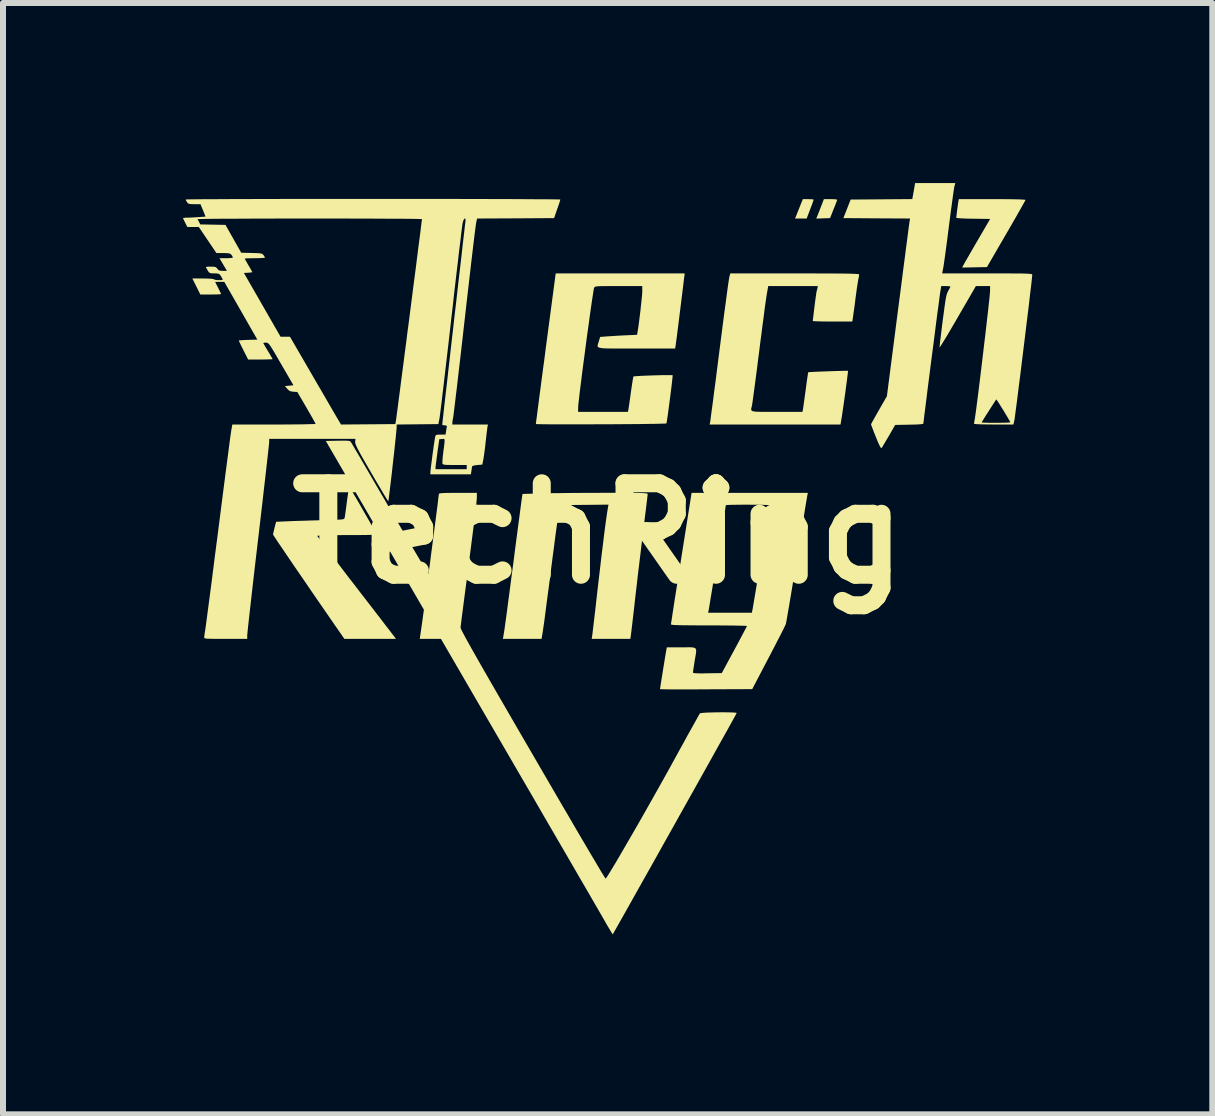
<source format=kicad_pcb>
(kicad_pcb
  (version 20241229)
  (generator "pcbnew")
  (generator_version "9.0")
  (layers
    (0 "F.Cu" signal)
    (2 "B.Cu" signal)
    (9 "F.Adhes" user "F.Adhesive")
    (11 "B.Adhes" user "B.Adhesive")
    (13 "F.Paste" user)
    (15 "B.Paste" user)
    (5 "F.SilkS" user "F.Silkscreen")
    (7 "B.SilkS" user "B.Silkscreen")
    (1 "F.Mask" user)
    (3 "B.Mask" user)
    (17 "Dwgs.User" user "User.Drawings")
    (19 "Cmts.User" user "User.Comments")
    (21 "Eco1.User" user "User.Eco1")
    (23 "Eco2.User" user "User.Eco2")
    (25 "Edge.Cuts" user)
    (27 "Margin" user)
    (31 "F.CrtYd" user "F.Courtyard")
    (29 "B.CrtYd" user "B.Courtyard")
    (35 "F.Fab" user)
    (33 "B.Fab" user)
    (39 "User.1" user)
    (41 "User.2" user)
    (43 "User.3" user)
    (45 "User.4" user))
  (footprint "TechRing"
    (layer "F.Cu")
    (at 6.92 5.837)
    (property "Reference" "TechRing" (at 0 0 0) (layer "F.SilkS") (effects (font (size 1.524 1.524) (thickness 0.3))))
    (attr board_only exclude_from_pos_files exclude_from_bom)
    (fp_poly (pts (xy 3.543 -5.568) (xy 3.575 -5.565) (xy 3.586 -5.56) (xy 3.582 -5.544) (xy 3.569 -5.507) (xy 3.55 -5.455) (xy 3.528 -5.398) (xy 3.47 -5.246) (xy 3.277 -5.246) (xy 3.304 -5.313) (xy 3.323 -5.362) (xy 3.348 -5.423) (xy 3.368 -5.475) (xy 3.407 -5.569) (xy 3.496 -5.569)) (stroke (width 0) (type solid)) (fill yes) (layer "F.SilkS"))
    (fp_poly (pts (xy 3.92 -5.568) (xy 3.959 -5.565) (xy 3.978 -5.56) (xy 3.979 -5.559) (xy 3.974 -5.542) (xy 3.96 -5.505) (xy 3.94 -5.454) (xy 3.919 -5.401) (xy 3.86 -5.253) (xy 3.63 -5.245) (xy 3.649 -5.291) (xy 3.663 -5.326) (xy 3.683 -5.377) (xy 3.706 -5.436) (xy 3.713 -5.453) (xy 3.757 -5.569) (xy 3.869 -5.569)) (stroke (width 0) (type solid)) (fill yes) (layer "F.SilkS"))
    (fp_poly (pts (xy 6.698 -5.569) (xy 6.819 -5.568) (xy 6.922 -5.567) (xy 7.006 -5.565) (xy 7.067 -5.562) (xy 7.105 -5.559) (xy 7.117 -5.556) (xy 7.11 -5.542) (xy 7.09 -5.506) (xy 7.059 -5.45) (xy 7.018 -5.378) (xy 6.969 -5.291) (xy 6.912 -5.192) (xy 6.85 -5.084) (xy 6.795 -4.99) (xy 6.474 -4.437) (xy 6.061 -4.429) (xy 6.081 -4.469) (xy 6.093 -4.49) (xy 6.117 -4.533) (xy 6.152 -4.593) (xy 6.195 -4.668) (xy 6.244 -4.753) (xy 6.297 -4.845) (xy 6.314 -4.873) (xy 6.527 -5.239) (xy 6.245 -5.243) (xy 6.159 -5.244) (xy 6.084 -5.247) (xy 6.024 -5.25) (xy 5.982 -5.254) (xy 5.964 -5.257) (xy 5.963 -5.258) (xy 5.965 -5.28) (xy 5.97 -5.322) (xy 5.976 -5.375) (xy 5.984 -5.431) (xy 5.991 -5.483) (xy 5.997 -5.523) (xy 5.999 -5.538) (xy 6.006 -5.569) (xy 6.561 -5.569)) (stroke (width 0) (type solid)) (fill yes) (layer "F.SilkS"))
    (fp_poly (pts (xy -4.141 -0.761) (xy -4.121 -0.728) (xy -4.091 -0.678) (xy -4.053 -0.614) (xy -4.009 -0.54) (xy -3.962 -0.458) (xy -3.914 -0.374) (xy -3.866 -0.29) (xy -3.82 -0.21) (xy -3.779 -0.137) (xy -3.745 -0.075) (xy -3.719 -0.028) (xy -3.704 0.001) (xy -3.701 0.008) (xy -3.704 0.014) (xy -3.715 0.018) (xy -3.738 0.021) (xy -3.775 0.024) (xy -3.828 0.026) (xy -3.901 0.027) (xy -3.995 0.028) (xy -4.113 0.028) (xy -4.19 0.028) (xy -4.328 0.029) (xy -4.445 0.03) (xy -4.541 0.031) (xy -4.613 0.034) (xy -4.661 0.037) (xy -4.682 0.041) (xy -4.683 0.042) (xy -4.675 0.055) (xy -4.651 0.088) (xy -4.612 0.141) (xy -4.56 0.21) (xy -4.497 0.294) (xy -4.423 0.391) (xy -4.339 0.5) (xy -4.249 0.618) (xy -4.152 0.745) (xy -4.067 0.854) (xy -3.965 0.987) (xy -3.867 1.114) (xy -3.774 1.234) (xy -3.689 1.345) (xy -3.612 1.444) (xy -3.546 1.531) (xy -3.491 1.602) (xy -3.449 1.657) (xy -3.422 1.692) (xy -3.412 1.705) (xy -3.372 1.758) (xy -4.232 1.758) (xy -4.322 1.628) (xy -4.408 1.504) (xy -4.498 1.373) (xy -4.591 1.239) (xy -4.685 1.103) (xy -4.779 0.966) (xy -4.871 0.831) (xy -4.961 0.7) (xy -5.047 0.575) (xy -5.127 0.458) (xy -5.2 0.35) (xy -5.265 0.254) (xy -5.321 0.172) (xy -5.365 0.106) (xy -5.397 0.057) (xy -5.416 0.028) (xy -5.42 0.021) (xy -5.418 0.001) (xy -5.409 -0.038) (xy -5.397 -0.088) (xy -5.396 -0.093) (xy -5.37 -0.193) (xy -5.171 -0.202) (xy -5.099 -0.205) (xy -5.006 -0.208) (xy -4.898 -0.211) (xy -4.783 -0.215) (xy -4.668 -0.218) (xy -4.604 -0.22) (xy -4.492 -0.223) (xy -4.406 -0.225) (xy -4.341 -0.228) (xy -4.295 -0.231) (xy -4.264 -0.234) (xy -4.245 -0.239) (xy -4.235 -0.245) (xy -4.23 -0.253) (xy -4.228 -0.259) (xy -4.224 -0.282) (xy -4.217 -0.328) (xy -4.208 -0.391) (xy -4.198 -0.467) (xy -4.19 -0.531) (xy -4.179 -0.61) (xy -4.169 -0.678) (xy -4.16 -0.73) (xy -4.153 -0.764) (xy -4.15 -0.773)) (stroke (width 0) (type solid)) (fill yes) (layer "F.SilkS"))
    (fp_poly (pts (xy 0.39 -0.676) (xy 0.503 -0.675) (xy 0.594 -0.675) (xy 0.666 -0.674) (xy 0.721 -0.672) (xy 0.761 -0.67) (xy 0.789 -0.668) (xy 0.807 -0.665) (xy 0.817 -0.661) (xy 0.821 -0.656) (xy 0.821 -0.651) (xy 0.819 -0.632) (xy 0.814 -0.588) (xy 0.806 -0.523) (xy 0.796 -0.437) (xy 0.783 -0.336) (xy 0.769 -0.221) (xy 0.754 -0.096) (xy 0.74 0.014) (xy 0.721 0.17) (xy 0.701 0.338) (xy 0.68 0.512) (xy 0.659 0.685) (xy 0.64 0.851) (xy 0.622 1.004) (xy 0.607 1.135) (xy 0.605 1.153) (xy 0.592 1.271) (xy 0.579 1.382) (xy 0.567 1.482) (xy 0.557 1.569) (xy 0.549 1.637) (xy 0.543 1.684) (xy 0.54 1.705) (xy 0.532 1.758) (xy -0.112 1.758) (xy -0.105 1.719) (xy -0.102 1.697) (xy -0.096 1.649) (xy -0.088 1.581) (xy -0.078 1.496) (xy -0.066 1.396) (xy -0.053 1.286) (xy -0.042 1.188) (xy -0.017 0.964) (xy 0.008 0.75) (xy 0.032 0.547) (xy 0.054 0.357) (xy 0.076 0.183) (xy 0.095 0.025) (xy 0.113 -0.114) (xy 0.129 -0.232) (xy 0.143 -0.328) (xy 0.154 -0.4) (xy 0.162 -0.446) (xy 0.162 -0.447) (xy 0.169 -0.479) (xy -0.235 -0.475) (xy -0.639 -0.471) (xy -0.656 -0.384) (xy -0.661 -0.355) (xy -0.669 -0.301) (xy -0.68 -0.224) (xy -0.693 -0.127) (xy -0.709 -0.013) (xy -0.726 0.116) (xy -0.744 0.257) (xy -0.764 0.407) (xy -0.784 0.563) (xy -0.787 0.586) (xy -0.807 0.745) (xy -0.827 0.9) (xy -0.847 1.047) (xy -0.865 1.184) (xy -0.881 1.308) (xy -0.895 1.415) (xy -0.907 1.504) (xy -0.917 1.57) (xy -0.923 1.612) (xy -0.923 1.614) (xy -0.946 1.758) (xy -1.591 1.758) (xy -1.584 1.719) (xy -1.58 1.695) (xy -1.575 1.666) (xy -1.569 1.628) (xy -1.562 1.581) (xy -1.554 1.522) (xy -1.544 1.451) (xy -1.532 1.364) (xy -1.518 1.259) (xy -1.502 1.136) (xy -1.483 0.993) (xy -1.461 0.826) (xy -1.436 0.635) (xy -1.413 0.464) (xy -1.392 0.297) (xy -1.371 0.136) (xy -1.351 -0.014) (xy -1.333 -0.153) (xy -1.316 -0.278) (xy -1.302 -0.386) (xy -1.29 -0.475) (xy -1.281 -0.544) (xy -1.275 -0.588) (xy -1.272 -0.606) (xy -1.264 -0.657) (xy -0.952 -0.666) (xy -0.874 -0.668) (xy -0.772 -0.67) (xy -0.651 -0.671) (xy -0.515 -0.673) (xy -0.368 -0.674) (xy -0.214 -0.675) (xy -0.058 -0.675) (xy 0.091 -0.676) (xy 0.254 -0.676)) (stroke (width 0) (type solid)) (fill yes) (layer "F.SilkS"))
    (fp_poly (pts (xy 3.478 -4.332) (xy 3.659 -4.331) (xy 3.814 -4.331) (xy 3.946 -4.33) (xy 4.056 -4.329) (xy 4.146 -4.328) (xy 4.217 -4.326) (xy 4.27 -4.324) (xy 4.308 -4.322) (xy 4.332 -4.319) (xy 4.344 -4.316) (xy 4.346 -4.314) (xy 4.342 -4.29) (xy 4.335 -4.252) (xy 4.332 -4.238) (xy 4.326 -4.206) (xy 4.317 -4.151) (xy 4.306 -4.079) (xy 4.295 -3.996) (xy 4.283 -3.908) (xy 4.283 -3.907) (xy 4.272 -3.819) (xy 4.261 -3.738) (xy 4.251 -3.667) (xy 4.244 -3.614) (xy 4.239 -3.583) (xy 4.239 -3.583) (xy 4.231 -3.53) (xy 3.902 -3.53) (xy 3.809 -3.53) (xy 3.726 -3.531) (xy 3.657 -3.533) (xy 3.607 -3.535) (xy 3.578 -3.537) (xy 3.572 -3.538) (xy 3.574 -3.558) (xy 3.579 -3.6) (xy 3.586 -3.658) (xy 3.594 -3.725) (xy 3.603 -3.798) (xy 3.612 -3.869) (xy 3.621 -3.933) (xy 3.628 -3.984) (xy 3.633 -4.016) (xy 3.634 -4.025) (xy 3.642 -4.052) (xy 3.649 -4.082) (xy 3.657 -4.121) (xy 2.83 -4.121) (xy 2.808 -3.998) (xy 2.802 -3.961) (xy 2.793 -3.9) (xy 2.781 -3.817) (xy 2.767 -3.714) (xy 2.752 -3.595) (xy 2.734 -3.462) (xy 2.716 -3.319) (xy 2.696 -3.169) (xy 2.679 -3.031) (xy 2.659 -2.878) (xy 2.641 -2.733) (xy 2.623 -2.597) (xy 2.607 -2.473) (xy 2.592 -2.364) (xy 2.58 -2.273) (xy 2.57 -2.202) (xy 2.563 -2.153) (xy 2.559 -2.131) (xy 2.552 -2.101) (xy 2.546 -2.078) (xy 2.546 -2.059) (xy 2.553 -2.046) (xy 2.57 -2.037) (xy 2.601 -2.03) (xy 2.647 -2.027) (xy 2.711 -2.025) (xy 2.797 -2.025) (xy 2.907 -2.025) (xy 2.973 -2.025) (xy 3.4 -2.025) (xy 3.408 -2.064) (xy 3.412 -2.089) (xy 3.419 -2.138) (xy 3.428 -2.204) (xy 3.439 -2.284) (xy 3.451 -2.372) (xy 3.454 -2.391) (xy 3.465 -2.478) (xy 3.476 -2.555) (xy 3.485 -2.617) (xy 3.492 -2.662) (xy 3.497 -2.684) (xy 3.497 -2.685) (xy 3.512 -2.687) (xy 3.55 -2.689) (xy 3.606 -2.692) (xy 3.676 -2.695) (xy 3.755 -2.698) (xy 3.839 -2.701) (xy 3.921 -2.704) (xy 3.999 -2.706) (xy 4.066 -2.708) (xy 4.118 -2.709) (xy 4.151 -2.709) (xy 4.159 -2.708) (xy 4.159 -2.694) (xy 4.154 -2.656) (xy 4.147 -2.599) (xy 4.138 -2.527) (xy 4.127 -2.443) (xy 4.115 -2.353) (xy 4.102 -2.261) (xy 4.089 -2.17) (xy 4.077 -2.085) (xy 4.066 -2.011) (xy 4.057 -1.95) (xy 4.05 -1.909) (xy 4.034 -1.814) (xy 1.853 -1.814) (xy 1.862 -1.853) (xy 1.865 -1.873) (xy 1.871 -1.918) (xy 1.88 -1.987) (xy 1.892 -2.078) (xy 1.907 -2.187) (xy 1.923 -2.314) (xy 1.942 -2.456) (xy 1.962 -2.611) (xy 1.983 -2.777) (xy 2.005 -2.951) (xy 2.017 -3.045) (xy 2.04 -3.224) (xy 2.062 -3.396) (xy 2.083 -3.559) (xy 2.103 -3.71) (xy 2.122 -3.848) (xy 2.138 -3.97) (xy 2.152 -4.074) (xy 2.164 -4.158) (xy 2.173 -4.22) (xy 2.179 -4.257) (xy 2.181 -4.266) (xy 2.197 -4.332) (xy 3.272 -4.332)) (stroke (width 0) (type solid)) (fill yes) (layer "F.SilkS"))
    (fp_poly (pts (xy 1.431 -4.272) (xy 1.427 -4.245) (xy 1.421 -4.193) (xy 1.412 -4.12) (xy 1.401 -4.03) (xy 1.388 -3.927) (xy 1.374 -3.813) (xy 1.359 -3.692) (xy 1.359 -3.692) (xy 1.344 -3.572) (xy 1.33 -3.46) (xy 1.317 -3.358) (xy 1.306 -3.27) (xy 1.296 -3.2) (xy 1.29 -3.151) (xy 1.286 -3.126) (xy 1.286 -3.126) (xy 1.279 -3.08) (xy 0.632 -3.08) (xy 0.478 -3.08) (xy 0.35 -3.08) (xy 0.245 -3.08) (xy 0.162 -3.081) (xy 0.098 -3.083) (xy 0.05 -3.087) (xy 0.018 -3.094) (xy -0.002 -3.102) (xy -0.012 -3.114) (xy -0.013 -3.129) (xy -0.009 -3.148) (xy -0.002 -3.171) (xy 0.007 -3.198) (xy 0.007 -3.199) (xy 0.029 -3.273) (xy 0.145 -3.282) (xy 0.205 -3.286) (xy 0.283 -3.291) (xy 0.369 -3.296) (xy 0.452 -3.3) (xy 0.453 -3.3) (xy 0.645 -3.309) (xy 0.653 -3.36) (xy 0.665 -3.434) (xy 0.677 -3.522) (xy 0.689 -3.617) (xy 0.701 -3.714) (xy 0.711 -3.808) (xy 0.72 -3.893) (xy 0.727 -3.964) (xy 0.731 -4.015) (xy 0.731 -4.033) (xy 0.731 -4.121) (xy 0.338 -4.121) (xy 0.223 -4.121) (xy 0.132 -4.12) (xy 0.064 -4.12) (xy 0.013 -4.118) (xy -0.021 -4.116) (xy -0.044 -4.112) (xy -0.058 -4.107) (xy -0.066 -4.1) (xy -0.071 -4.091) (xy -0.072 -4.09) (xy -0.076 -4.072) (xy -0.084 -4.027) (xy -0.094 -3.961) (xy -0.107 -3.875) (xy -0.122 -3.772) (xy -0.139 -3.655) (xy -0.156 -3.527) (xy -0.175 -3.391) (xy -0.195 -3.248) (xy -0.214 -3.103) (xy -0.233 -2.957) (xy -0.252 -2.814) (xy -0.27 -2.677) (xy -0.286 -2.547) (xy -0.301 -2.429) (xy -0.314 -2.324) (xy -0.324 -2.235) (xy -0.332 -2.166) (xy -0.336 -2.118) (xy -0.337 -2.099) (xy -0.338 -2.025) (xy 0.492 -2.025) (xy 0.499 -2.057) (xy 0.503 -2.081) (xy 0.51 -2.127) (xy 0.519 -2.191) (xy 0.53 -2.268) (xy 0.541 -2.348) (xy 0.553 -2.43) (xy 0.564 -2.502) (xy 0.573 -2.56) (xy 0.58 -2.599) (xy 0.585 -2.615) (xy 0.601 -2.617) (xy 0.639 -2.62) (xy 0.697 -2.624) (xy 0.768 -2.627) (xy 0.847 -2.63) (xy 0.93 -2.633) (xy 1.012 -2.635) (xy 1.088 -2.637) (xy 1.153 -2.637) (xy 1.203 -2.637) (xy 1.232 -2.636) (xy 1.237 -2.635) (xy 1.237 -2.62) (xy 1.233 -2.582) (xy 1.227 -2.524) (xy 1.219 -2.452) (xy 1.208 -2.368) (xy 1.197 -2.278) (xy 1.185 -2.187) (xy 1.173 -2.097) (xy 1.162 -2.014) (xy 1.152 -1.941) (xy 1.143 -1.884) (xy 1.137 -1.846) (xy 1.133 -1.832) (xy 1.118 -1.83) (xy 1.077 -1.829) (xy 1.014 -1.827) (xy 0.93 -1.825) (xy 0.829 -1.824) (xy 0.713 -1.822) (xy 0.585 -1.821) (xy 0.447 -1.82) (xy 0.302 -1.819) (xy 0.153 -1.818) (xy 0.001 -1.818) (xy -0.149 -1.817) (xy -0.296 -1.817) (xy -0.438 -1.817) (xy -0.57 -1.817) (xy -0.692 -1.817) (xy -0.799 -1.817) (xy -0.89 -1.818) (xy -0.962 -1.819) (xy -1.012 -1.82) (xy -1.038 -1.822) (xy -1.041 -1.823) (xy -1.04 -1.838) (xy -1.035 -1.88) (xy -1.026 -1.945) (xy -1.015 -2.032) (xy -1.001 -2.139) (xy -0.985 -2.264) (xy -0.966 -2.405) (xy -0.946 -2.56) (xy -0.924 -2.726) (xy -0.9 -2.903) (xy -0.877 -3.084) (xy -0.711 -4.332) (xy 1.438 -4.332)) (stroke (width 0) (type solid)) (fill yes) (layer "F.SilkS"))
    (fp_poly (pts (xy 3.482 -0.636) (xy 3.478 -0.617) (xy 3.471 -0.571) (xy 3.459 -0.502) (xy 3.444 -0.413) (xy 3.427 -0.305) (xy 3.406 -0.18) (xy 3.383 -0.041) (xy 3.358 0.11) (xy 3.332 0.271) (xy 3.305 0.436) (xy 3.278 0.604) (xy 3.251 0.765) (xy 3.226 0.916) (xy 3.203 1.055) (xy 3.182 1.18) (xy 3.163 1.288) (xy 3.148 1.378) (xy 3.136 1.447) (xy 3.127 1.492) (xy 3.123 1.512) (xy 3.113 1.533) (xy 3.092 1.577) (xy 3.061 1.639) (xy 3.021 1.718) (xy 2.973 1.81) (xy 2.92 1.913) (xy 2.863 2.023) (xy 2.836 2.074) (xy 2.563 2.595) (xy 1.795 2.598) (xy 1.651 2.599) (xy 1.516 2.599) (xy 1.392 2.599) (xy 1.282 2.599) (xy 1.188 2.599) (xy 1.113 2.598) (xy 1.06 2.597) (xy 1.031 2.596) (xy 1.027 2.595) (xy 1.029 2.579) (xy 1.035 2.539) (xy 1.044 2.482) (xy 1.055 2.411) (xy 1.068 2.332) (xy 1.081 2.248) (xy 1.095 2.166) (xy 1.107 2.09) (xy 1.118 2.023) (xy 1.127 1.973) (xy 1.132 1.942) (xy 1.133 1.937) (xy 1.141 1.899) (xy 1.386 1.899) (xy 1.478 1.898) (xy 1.545 1.898) (xy 1.59 1.903) (xy 1.617 1.915) (xy 1.628 1.939) (xy 1.629 1.977) (xy 1.62 2.034) (xy 1.606 2.112) (xy 1.603 2.131) (xy 1.593 2.198) (xy 1.584 2.255) (xy 1.578 2.297) (xy 1.575 2.317) (xy 1.575 2.317) (xy 1.581 2.324) (xy 1.602 2.329) (xy 1.639 2.331) (xy 1.698 2.333) (xy 1.78 2.332) (xy 1.816 2.331) (xy 2.056 2.328) (xy 2.265 1.941) (xy 2.317 1.845) (xy 2.363 1.758) (xy 2.404 1.681) (xy 2.437 1.618) (xy 2.461 1.573) (xy 2.473 1.548) (xy 2.475 1.544) (xy 2.461 1.541) (xy 2.422 1.539) (xy 2.361 1.538) (xy 2.28 1.536) (xy 2.182 1.535) (xy 2.07 1.534) (xy 1.947 1.533) (xy 1.842 1.533) (xy 1.686 1.533) (xy 1.556 1.532) (xy 1.45 1.531) (xy 1.366 1.53) (xy 1.303 1.528) (xy 1.257 1.526) (xy 1.228 1.523) (xy 1.213 1.519) (xy 1.209 1.515) (xy 1.211 1.499) (xy 1.218 1.457) (xy 1.228 1.392) (xy 1.238 1.322) (xy 1.828 1.322) (xy 2.557 1.322) (xy 2.565 1.283) (xy 2.57 1.26) (xy 2.578 1.213) (xy 2.589 1.145) (xy 2.604 1.058) (xy 2.621 0.956) (xy 2.64 0.842) (xy 2.661 0.718) (xy 2.683 0.587) (xy 2.705 0.453) (xy 2.727 0.318) (xy 2.75 0.184) (xy 2.771 0.056) (xy 2.791 -0.065) (xy 2.809 -0.175) (xy 2.824 -0.271) (xy 2.837 -0.351) (xy 2.847 -0.412) (xy 2.853 -0.451) (xy 2.855 -0.464) (xy 2.841 -0.469) (xy 2.799 -0.473) (xy 2.73 -0.476) (xy 2.633 -0.477) (xy 2.51 -0.478) (xy 2.489 -0.478) (xy 2.391 -0.478) (xy 2.303 -0.477) (xy 2.229 -0.476) (xy 2.171 -0.474) (xy 2.135 -0.473) (xy 2.124 -0.471) (xy 2.121 -0.455) (xy 2.115 -0.415) (xy 2.105 -0.352) (xy 2.092 -0.271) (xy 2.076 -0.173) (xy 2.058 -0.062) (xy 2.038 0.06) (xy 2.017 0.189) (xy 1.995 0.323) (xy 1.973 0.459) (xy 1.951 0.593) (xy 1.93 0.724) (xy 1.909 0.848) (xy 1.89 0.963) (xy 1.873 1.065) (xy 1.859 1.151) (xy 1.848 1.219) (xy 1.84 1.266) (xy 1.836 1.289) (xy 1.835 1.29) (xy 1.828 1.322) (xy 1.238 1.322) (xy 1.241 1.305) (xy 1.257 1.199) (xy 1.276 1.076) (xy 1.298 0.938) (xy 1.322 0.787) (xy 1.347 0.626) (xy 1.374 0.456) (xy 1.381 0.411) (xy 1.553 -0.675) (xy 3.49 -0.675)) (stroke (width 0) (type solid)) (fill yes) (layer "F.SilkS"))
    (fp_poly (pts (xy -4.205 -1.545) (xy -4.167 -1.542) (xy -4.144 -1.538) (xy -4.13 -1.53) (xy -4.125 -1.524) (xy -4.115 -1.508) (xy -4.092 -1.47) (xy -4.058 -1.411) (xy -4.012 -1.334) (xy -3.956 -1.238) (xy -3.892 -1.128) (xy -3.819 -1.003) (xy -3.74 -0.867) (xy -3.655 -0.721) (xy -3.564 -0.566) (xy -3.471 -0.404) (xy -3.47 -0.404) (xy -3.377 -0.243) (xy -3.288 -0.09) (xy -3.203 0.054) (xy -3.125 0.187) (xy -3.054 0.307) (xy -2.991 0.413) (xy -2.937 0.504) (xy -2.892 0.577) (xy -2.859 0.63) (xy -2.838 0.663) (xy -2.83 0.673) (xy -2.83 0.673) (xy -2.827 0.652) (xy -2.821 0.608) (xy -2.812 0.543) (xy -2.801 0.46) (xy -2.789 0.363) (xy -2.775 0.256) (xy -2.76 0.142) (xy -2.744 0.024) (xy -2.729 -0.094) (xy -2.714 -0.21) (xy -2.7 -0.319) (xy -2.687 -0.418) (xy -2.676 -0.504) (xy -2.668 -0.574) (xy -2.662 -0.625) (xy -2.658 -0.652) (xy -2.658 -0.655) (xy -2.654 -0.662) (xy -2.64 -0.667) (xy -2.613 -0.67) (xy -2.569 -0.673) (xy -2.506 -0.674) (xy -2.42 -0.675) (xy -2.342 -0.675) (xy -2.025 -0.675) (xy -2.025 -0.593) (xy -2.027 -0.566) (xy -2.032 -0.513) (xy -2.041 -0.438) (xy -2.052 -0.341) (xy -2.066 -0.227) (xy -2.082 -0.096) (xy -2.1 0.047) (xy -2.12 0.202) (xy -2.141 0.365) (xy -2.159 0.507) (xy -2.181 0.674) (xy -2.202 0.834) (xy -2.222 0.984) (xy -2.24 1.122) (xy -2.256 1.246) (xy -2.27 1.353) (xy -2.281 1.441) (xy -2.289 1.508) (xy -2.295 1.551) (xy -2.297 1.568) (xy -2.294 1.579) (xy -2.286 1.598) (xy -2.272 1.628) (xy -2.25 1.67) (xy -2.222 1.723) (xy -2.185 1.79) (xy -2.14 1.871) (xy -2.086 1.967) (xy -2.023 2.078) (xy -1.95 2.207) (xy -1.866 2.353) (xy -1.771 2.518) (xy -1.665 2.702) (xy -1.546 2.907) (xy -1.415 3.134) (xy -1.271 3.382) (xy -1.113 3.654) (xy -1.097 3.681) (xy -0.968 3.904) (xy -0.842 4.12) (xy -0.721 4.328) (xy -0.605 4.527) (xy -0.495 4.715) (xy -0.392 4.892) (xy -0.296 5.056) (xy -0.208 5.205) (xy -0.129 5.34) (xy -0.059 5.457) (xy 0.000253 5.557) (xy 0.048 5.638) (xy 0.085 5.698) (xy 0.109 5.736) (xy 0.12 5.752) (xy 0.12 5.752) (xy 0.131 5.74) (xy 0.154 5.706) (xy 0.189 5.65) (xy 0.234 5.576) (xy 0.289 5.485) (xy 0.351 5.379) (xy 0.421 5.259) (xy 0.497 5.128) (xy 0.578 4.988) (xy 0.663 4.841) (xy 0.75 4.688) (xy 0.839 4.531) (xy 0.928 4.373) (xy 1.017 4.215) (xy 1.104 4.059) (xy 1.189 3.907) (xy 1.269 3.761) (xy 1.28 3.741) (xy 1.352 3.609) (xy 1.421 3.485) (xy 1.484 3.369) (xy 1.542 3.266) (xy 1.592 3.176) (xy 1.633 3.102) (xy 1.664 3.046) (xy 1.684 3.011) (xy 1.691 2.999) (xy 1.708 2.994) (xy 1.747 2.99) (xy 1.804 2.986) (xy 1.873 2.984) (xy 1.95 2.982) (xy 2.029 2.981) (xy 2.107 2.981) (xy 2.178 2.982) (xy 2.238 2.984) (xy 2.281 2.987) (xy 2.302 2.991) (xy 2.304 2.994) (xy 2.296 3.009) (xy 2.275 3.047) (xy 2.243 3.106) (xy 2.199 3.185) (xy 2.146 3.281) (xy 2.083 3.393) (xy 2.012 3.52) (xy 1.934 3.66) (xy 1.85 3.811) (xy 1.76 3.972) (xy 1.666 4.14) (xy 1.568 4.315) (xy 1.467 4.495) (xy 1.365 4.677) (xy 1.262 4.862) (xy 1.159 5.045) (xy 1.057 5.227) (xy 0.957 5.406) (xy 0.86 5.579) (xy 0.766 5.746) (xy 0.677 5.904) (xy 0.594 6.052) (xy 0.517 6.189) (xy 0.448 6.312) (xy 0.387 6.42) (xy 0.335 6.512) (xy 0.294 6.585) (xy 0.263 6.639) (xy 0.245 6.671) (xy 0.239 6.68) (xy 0.23 6.668) (xy 0.21 6.636) (xy 0.181 6.587) (xy 0.144 6.525) (xy 0.105 6.457) (xy 0.085 6.422) (xy 0.051 6.363) (xy 0.005 6.283) (xy -0.053 6.183) (xy -0.122 6.064) (xy -0.201 5.927) (xy -0.29 5.775) (xy -0.387 5.607) (xy -0.492 5.426) (xy -0.604 5.233) (xy -0.722 5.03) (xy -0.846 4.817) (xy -0.974 4.596) (xy -1.106 4.368) (xy -1.241 4.136) (xy -1.322 3.997) (xy -2.623 1.758) (xy -2.799 1.758) (xy -2.976 1.758) (xy -2.941 1.515) (xy -2.907 1.272) (xy -3.724 -0.134) (xy -4.542 -1.54) (xy -4.342 -1.544) (xy -4.262 -1.545)) (stroke (width 0) (type solid)) (fill yes) (layer "F.SilkS"))
    (fp_poly (pts (xy 5.934 -5.791) (xy 5.929 -5.768) (xy 5.921 -5.719) (xy 5.911 -5.65) (xy 5.899 -5.561) (xy 5.885 -5.457) (xy 5.869 -5.341) (xy 5.853 -5.216) (xy 5.843 -5.138) (xy 5.826 -5.006) (xy 5.81 -4.879) (xy 5.794 -4.761) (xy 5.78 -4.656) (xy 5.767 -4.565) (xy 5.757 -4.494) (xy 5.75 -4.446) (xy 5.747 -4.431) (xy 5.728 -4.332) (xy 6.479 -4.332) (xy 6.643 -4.332) (xy 6.782 -4.332) (xy 6.896 -4.331) (xy 6.99 -4.331) (xy 7.064 -4.33) (xy 7.121 -4.328) (xy 7.163 -4.326) (xy 7.192 -4.324) (xy 7.211 -4.321) (xy 7.223 -4.317) (xy 7.228 -4.312) (xy 7.229 -4.307) (xy 7.229 -4.305) (xy 7.227 -4.284) (xy 7.222 -4.237) (xy 7.215 -4.167) (xy 7.204 -4.077) (xy 7.191 -3.97) (xy 7.177 -3.847) (xy 7.161 -3.711) (xy 7.143 -3.566) (xy 7.124 -3.412) (xy 7.105 -3.254) (xy 7.085 -3.093) (xy 7.065 -2.932) (xy 7.046 -2.774) (xy 7.027 -2.621) (xy 7.008 -2.475) (xy 6.991 -2.34) (xy 6.976 -2.218) (xy 6.962 -2.11) (xy 6.95 -2.021) (xy 6.941 -1.952) (xy 6.935 -1.906) (xy 6.931 -1.886) (xy 6.915 -1.814) (xy 6.587 -1.814) (xy 6.494 -1.815) (xy 6.411 -1.816) (xy 6.343 -1.818) (xy 6.292 -1.821) (xy 6.264 -1.824) (xy 6.259 -1.826) (xy 6.261 -1.845) (xy 6.261 -1.848) (xy 6.385 -1.848) (xy 6.398 -1.846) (xy 6.435 -1.845) (xy 6.491 -1.843) (xy 6.561 -1.843) (xy 6.624 -1.842) (xy 6.703 -1.843) (xy 6.77 -1.844) (xy 6.823 -1.846) (xy 6.855 -1.849) (xy 6.863 -1.851) (xy 6.857 -1.866) (xy 6.838 -1.899) (xy 6.811 -1.945) (xy 6.778 -2) (xy 6.743 -2.058) (xy 6.707 -2.115) (xy 6.676 -2.165) (xy 6.65 -2.205) (xy 6.634 -2.228) (xy 6.63 -2.232) (xy 6.62 -2.218) (xy 6.599 -2.186) (xy 6.569 -2.14) (xy 6.534 -2.086) (xy 6.497 -2.027) (xy 6.46 -1.97) (xy 6.428 -1.919) (xy 6.403 -1.878) (xy 6.388 -1.854) (xy 6.385 -1.848) (xy 6.261 -1.848) (xy 6.267 -1.882) (xy 6.273 -1.914) (xy 6.278 -1.951) (xy 6.287 -2.012) (xy 6.298 -2.094) (xy 6.311 -2.194) (xy 6.326 -2.31) (xy 6.342 -2.439) (xy 6.359 -2.579) (xy 6.377 -2.725) (xy 6.395 -2.876) (xy 6.413 -3.028) (xy 6.431 -3.18) (xy 6.449 -3.328) (xy 6.465 -3.469) (xy 6.48 -3.6) (xy 6.494 -3.72) (xy 6.505 -3.824) (xy 6.515 -3.911) (xy 6.521 -3.977) (xy 6.525 -4.019) (xy 6.526 -4.033) (xy 6.526 -4.121) (xy 6.29 -4.121) (xy 5.989 -3.602) (xy 5.926 -3.493) (xy 5.867 -3.393) (xy 5.814 -3.303) (xy 5.768 -3.227) (xy 5.73 -3.166) (xy 5.703 -3.124) (xy 5.688 -3.102) (xy 5.685 -3.1) (xy 5.686 -3.117) (xy 5.69 -3.159) (xy 5.697 -3.221) (xy 5.707 -3.301) (xy 5.718 -3.395) (xy 5.731 -3.499) (xy 5.737 -3.548) (xy 5.754 -3.672) (xy 5.767 -3.771) (xy 5.778 -3.849) (xy 5.788 -3.909) (xy 5.797 -3.955) (xy 5.806 -3.989) (xy 5.816 -4.014) (xy 5.826 -4.035) (xy 5.829 -4.041) (xy 5.85 -4.078) (xy 5.863 -4.104) (xy 5.865 -4.112) (xy 5.852 -4.117) (xy 5.819 -4.12) (xy 5.789 -4.121) (xy 5.713 -4.121) (xy 5.698 -4.033) (xy 5.694 -4.008) (xy 5.687 -3.958) (xy 5.678 -3.886) (xy 5.666 -3.795) (xy 5.651 -3.688) (xy 5.635 -3.566) (xy 5.618 -3.433) (xy 5.6 -3.291) (xy 5.581 -3.143) (xy 5.561 -2.991) (xy 5.541 -2.838) (xy 5.522 -2.687) (xy 5.503 -2.54) (xy 5.485 -2.4) (xy 5.469 -2.269) (xy 5.454 -2.15) (xy 5.441 -2.046) (xy 5.43 -1.96) (xy 5.422 -1.893) (xy 5.417 -1.849) (xy 5.415 -1.83) (xy 5.415 -1.829) (xy 5.401 -1.823) (xy 5.361 -1.818) (xy 5.296 -1.814) (xy 5.209 -1.812) (xy 5.18 -1.811) (xy 4.945 -1.807) (xy 4.837 -1.619) (xy 4.798 -1.554) (xy 4.764 -1.496) (xy 4.737 -1.451) (xy 4.72 -1.424) (xy 4.715 -1.419) (xy 4.706 -1.426) (xy 4.688 -1.457) (xy 4.663 -1.509) (xy 4.634 -1.58) (xy 4.623 -1.607) (xy 4.595 -1.677) (xy 4.572 -1.737) (xy 4.554 -1.784) (xy 4.544 -1.812) (xy 4.543 -1.817) (xy 4.549 -1.832) (xy 4.568 -1.866) (xy 4.597 -1.918) (xy 4.633 -1.982) (xy 4.674 -2.054) (xy 4.675 -2.056) (xy 4.807 -2.285) (xy 4.992 -3.72) (xy 5.018 -3.919) (xy 5.043 -4.11) (xy 5.066 -4.292) (xy 5.088 -4.463) (xy 5.109 -4.621) (xy 5.127 -4.764) (xy 5.144 -4.89) (xy 5.158 -4.998) (xy 5.169 -5.084) (xy 5.178 -5.148) (xy 5.183 -5.188) (xy 5.185 -5.2) (xy 5.193 -5.246) (xy 4.638 -5.249) (xy 4.082 -5.253) (xy 4.143 -5.408) (xy 4.203 -5.562) (xy 5.23 -5.57) (xy 5.237 -5.608) (xy 5.243 -5.642) (xy 5.252 -5.692) (xy 5.261 -5.742) (xy 5.277 -5.837) (xy 5.947 -5.837)) (stroke (width 0) (type solid)) (fill yes) (layer "F.SilkS"))
    (fp_poly (pts (xy -3.55 -5.573) (xy -3.295 -5.573) (xy -3.043 -5.572) (xy -2.795 -5.572) (xy -2.552 -5.572) (xy -2.317 -5.572) (xy -2.092 -5.571) (xy -1.876 -5.571) (xy -1.673 -5.57) (xy -1.483 -5.57) (xy -1.308 -5.569) (xy -1.15 -5.568) (xy -1.01 -5.567) (xy -0.89 -5.567) (xy -0.791 -5.566) (xy -0.714 -5.565) (xy -0.663 -5.564) (xy -0.637 -5.563) (xy -0.634 -5.562) (xy -0.639 -5.544) (xy -0.651 -5.505) (xy -0.669 -5.452) (xy -0.687 -5.401) (xy -0.738 -5.253) (xy -1.38 -5.249) (xy -2.021 -5.246) (xy -2.037 -5.172) (xy -2.041 -5.148) (xy -2.047 -5.099) (xy -2.057 -5.025) (xy -2.069 -4.929) (xy -2.083 -4.812) (xy -2.099 -4.677) (xy -2.117 -4.525) (xy -2.136 -4.359) (xy -2.157 -4.18) (xy -2.179 -3.989) (xy -2.202 -3.79) (xy -2.225 -3.584) (xy -2.23 -3.545) (xy -2.253 -3.338) (xy -2.276 -3.138) (xy -2.298 -2.946) (xy -2.319 -2.766) (xy -2.339 -2.598) (xy -2.356 -2.445) (xy -2.373 -2.309) (xy -2.387 -2.19) (xy -2.399 -2.092) (xy -2.408 -2.016) (xy -2.415 -1.963) (xy -2.419 -1.937) (xy -2.419 -1.934) (xy -2.428 -1.89) (xy -2.433 -1.852) (xy -2.433 -1.846) (xy -2.433 -1.814) (xy -1.84 -1.814) (xy -1.848 -1.776) (xy -1.852 -1.748) (xy -1.858 -1.699) (xy -1.866 -1.634) (xy -1.874 -1.559) (xy -1.878 -1.526) (xy -1.887 -1.444) (xy -1.897 -1.364) (xy -1.907 -1.294) (xy -1.915 -1.242) (xy -1.917 -1.231) (xy -1.934 -1.146) (xy -2.018 -1.139) (xy -2.07 -1.132) (xy -2.098 -1.122) (xy -2.105 -1.111) (xy -2.109 -1.084) (xy -2.115 -1.044) (xy -2.116 -1.037) (xy -2.125 -0.984) (xy -2.799 -0.984) (xy -2.799 -1.02) (xy -2.797 -1.044) (xy -2.794 -1.069) (xy -2.714 -1.069) (xy -2.194 -1.069) (xy -2.194 -1.139) (xy -2.391 -1.139) (xy -2.471 -1.14) (xy -2.527 -1.141) (xy -2.563 -1.144) (xy -2.584 -1.15) (xy -2.595 -1.157) (xy -2.598 -1.162) (xy -2.599 -1.184) (xy -2.597 -1.228) (xy -2.592 -1.288) (xy -2.584 -1.356) (xy -2.583 -1.363) (xy -2.572 -1.445) (xy -2.565 -1.503) (xy -2.562 -1.541) (xy -2.564 -1.563) (xy -2.57 -1.573) (xy -2.582 -1.575) (xy -2.6 -1.573) (xy -2.605 -1.573) (xy -2.651 -1.568) (xy -2.682 -1.35) (xy -2.692 -1.273) (xy -2.701 -1.203) (xy -2.708 -1.147) (xy -2.713 -1.11) (xy -2.713 -1.101) (xy -2.714 -1.069) (xy -2.794 -1.069) (xy -2.792 -1.091) (xy -2.784 -1.154) (xy -2.774 -1.229) (xy -2.764 -1.31) (xy -2.752 -1.391) (xy -2.742 -1.467) (xy -2.732 -1.533) (xy -2.724 -1.583) (xy -2.72 -1.607) (xy -2.714 -1.628) (xy -2.701 -1.64) (xy -2.676 -1.645) (xy -2.63 -1.646) (xy -2.547 -1.646) (xy -2.538 -1.698) (xy -2.532 -1.74) (xy -2.526 -1.773) (xy -2.525 -1.776) (xy -2.528 -1.794) (xy -2.551 -1.8) (xy -2.561 -1.8) (xy -2.59 -1.803) (xy -2.602 -1.811) (xy -2.6 -1.826) (xy -2.596 -1.868) (xy -2.588 -1.933) (xy -2.579 -2.019) (xy -2.567 -2.126) (xy -2.553 -2.25) (xy -2.537 -2.389) (xy -2.519 -2.542) (xy -2.501 -2.705) (xy -2.481 -2.878) (xy -2.461 -3.058) (xy -2.44 -3.243) (xy -2.418 -3.431) (xy -2.397 -3.62) (xy -2.375 -3.807) (xy -2.354 -3.991) (xy -2.334 -4.17) (xy -2.314 -4.341) (xy -2.295 -4.502) (xy -2.278 -4.651) (xy -2.263 -4.787) (xy -2.249 -4.907) (xy -2.237 -5.009) (xy -2.228 -5.09) (xy -2.221 -5.15) (xy -2.216 -5.185) (xy -2.215 -5.193) (xy -2.214 -5.232) (xy -2.221 -5.248) (xy -2.234 -5.242) (xy -2.249 -5.215) (xy -2.262 -5.172) (xy -2.266 -5.148) (xy -2.272 -5.099) (xy -2.282 -5.025) (xy -2.293 -4.929) (xy -2.307 -4.812) (xy -2.324 -4.677) (xy -2.341 -4.525) (xy -2.361 -4.359) (xy -2.382 -4.18) (xy -2.404 -3.99) (xy -2.426 -3.791) (xy -2.45 -3.585) (xy -2.454 -3.551) (xy -2.477 -3.344) (xy -2.5 -3.143) (xy -2.523 -2.95) (xy -2.544 -2.768) (xy -2.564 -2.598) (xy -2.582 -2.442) (xy -2.599 -2.303) (xy -2.613 -2.181) (xy -2.626 -2.08) (xy -2.636 -2) (xy -2.643 -1.945) (xy -2.648 -1.915) (xy -2.648 -1.913) (xy -2.666 -1.821) (xy -3.361 -1.814) (xy -3.361 -1.775) (xy -3.362 -1.75) (xy -3.367 -1.702) (xy -3.373 -1.634) (xy -3.382 -1.55) (xy -3.392 -1.453) (xy -3.403 -1.348) (xy -3.416 -1.236) (xy -3.429 -1.122) (xy -3.441 -1.009) (xy -3.454 -0.901) (xy -3.466 -0.8) (xy -3.477 -0.711) (xy -3.486 -0.636) (xy -3.493 -0.58) (xy -3.499 -0.545) (xy -3.501 -0.535) (xy -3.51 -0.547) (xy -3.531 -0.58) (xy -3.563 -0.633) (xy -3.604 -0.702) (xy -3.653 -0.785) (xy -3.709 -0.879) (xy -3.769 -0.982) (xy -3.783 -1.006) (xy -3.854 -1.129) (xy -3.912 -1.23) (xy -3.958 -1.311) (xy -3.993 -1.376) (xy -4.019 -1.426) (xy -4.036 -1.463) (xy -4.047 -1.491) (xy -4.052 -1.512) (xy -4.053 -1.526) (xy -4.048 -1.575) (xy -5.485 -1.575) (xy -5.485 -1.525) (xy -5.487 -1.504) (xy -5.491 -1.457) (xy -5.499 -1.387) (xy -5.509 -1.293) (xy -5.522 -1.18) (xy -5.537 -1.047) (xy -5.554 -0.898) (xy -5.573 -0.734) (xy -5.593 -0.556) (xy -5.615 -0.368) (xy -5.638 -0.17) (xy -5.662 0.036) (xy -5.668 0.083) (xy -5.692 0.29) (xy -5.716 0.49) (xy -5.738 0.682) (xy -5.759 0.863) (xy -5.778 1.031) (xy -5.795 1.184) (xy -5.811 1.321) (xy -5.824 1.44) (xy -5.835 1.539) (xy -5.843 1.616) (xy -5.848 1.669) (xy -5.851 1.696) (xy -5.851 1.699) (xy -5.851 1.758) (xy -6.209 1.758) (xy -6.319 1.758) (xy -6.404 1.757) (xy -6.467 1.756) (xy -6.511 1.755) (xy -6.54 1.752) (xy -6.557 1.748) (xy -6.566 1.742) (xy -6.568 1.734) (xy -6.568 1.732) (xy -6.565 1.704) (xy -6.559 1.66) (xy -6.554 1.63) (xy -6.55 1.606) (xy -6.543 1.556) (xy -6.533 1.482) (xy -6.52 1.386) (xy -6.505 1.269) (xy -6.487 1.134) (xy -6.467 0.982) (xy -6.445 0.815) (xy -6.422 0.635) (xy -6.398 0.443) (xy -6.372 0.243) (xy -6.345 0.035) (xy -6.335 -0.042) (xy -6.308 -0.253) (xy -6.282 -0.457) (xy -6.257 -0.652) (xy -6.233 -0.837) (xy -6.211 -1.01) (xy -6.19 -1.169) (xy -6.171 -1.312) (xy -6.155 -1.437) (xy -6.141 -1.542) (xy -6.13 -1.626) (xy -6.121 -1.686) (xy -6.116 -1.721) (xy -6.115 -1.726) (xy -6.099 -1.814) (xy -5.405 -1.814) (xy -5.269 -1.814) (xy -5.141 -1.815) (xy -5.025 -1.816) (xy -4.923 -1.817) (xy -4.838 -1.819) (xy -4.773 -1.821) (xy -4.73 -1.822) (xy -4.712 -1.824) (xy -4.712 -1.825) (xy -4.719 -1.84) (xy -4.738 -1.875) (xy -4.767 -1.927) (xy -4.804 -1.992) (xy -4.848 -2.067) (xy -4.864 -2.096) (xy -5.016 -2.356) (xy -5.081 -2.36) (xy -5.128 -2.367) (xy -5.161 -2.385) (xy -5.184 -2.409) (xy -5.222 -2.454) (xy -5.152 -2.461) (xy -5.081 -2.468) (xy -5.287 -2.823) (xy -5.346 -2.925) (xy -5.393 -3.006) (xy -5.43 -3.067) (xy -5.458 -3.112) (xy -5.479 -3.142) (xy -5.496 -3.162) (xy -5.51 -3.172) (xy -5.522 -3.177) (xy -5.535 -3.178) (xy -5.538 -3.178) (xy -5.569 -3.177) (xy -5.583 -3.172) (xy -5.583 -3.172) (xy -5.577 -3.158) (xy -5.558 -3.125) (xy -5.531 -3.079) (xy -5.506 -3.038) (xy -5.474 -2.985) (xy -5.449 -2.941) (xy -5.433 -2.913) (xy -5.429 -2.904) (xy -5.442 -2.901) (xy -5.478 -2.9) (xy -5.533 -2.898) (xy -5.601 -2.897) (xy -5.633 -2.897) (xy -5.836 -2.897) (xy -5.914 -3.052) (xy -5.944 -3.111) (xy -5.968 -3.162) (xy -5.985 -3.197) (xy -5.991 -3.213) (xy -5.991 -3.213) (xy -5.978 -3.216) (xy -5.943 -3.219) (xy -5.89 -3.222) (xy -5.837 -3.224) (xy -5.682 -3.228) (xy -5.957 -3.709) (xy -6.233 -4.191) (xy -6.386 -4.191) (xy -6.336 -4.093) (xy -6.313 -4.046) (xy -6.295 -4.009) (xy -6.287 -3.989) (xy -6.287 -3.988) (xy -6.3 -3.985) (xy -6.336 -3.982) (xy -6.389 -3.981) (xy -6.454 -3.98) (xy -6.459 -3.98) (xy -6.632 -3.98) (xy -6.765 -4.247) (xy -6.59 -4.247) (xy -6.518 -4.246) (xy -6.46 -4.243) (xy -6.421 -4.239) (xy -6.406 -4.233) (xy -6.39 -4.226) (xy -6.357 -4.221) (xy -6.318 -4.219) (xy -6.283 -4.22) (xy -6.261 -4.225) (xy -6.259 -4.228) (xy -6.265 -4.245) (xy -6.282 -4.275) (xy -6.288 -4.284) (xy -6.306 -4.311) (xy -6.326 -4.325) (xy -6.355 -4.331) (xy -6.399 -4.332) (xy -6.446 -4.333) (xy -6.474 -4.339) (xy -6.492 -4.354) (xy -6.51 -4.382) (xy -6.529 -4.414) (xy -6.539 -4.435) (xy -6.54 -4.438) (xy -6.527 -4.441) (xy -6.494 -4.444) (xy -6.456 -4.444) (xy -6.407 -4.443) (xy -6.378 -4.437) (xy -6.359 -4.423) (xy -6.349 -4.409) (xy -6.329 -4.387) (xy -6.303 -4.377) (xy -6.259 -4.374) (xy -6.257 -4.374) (xy -6.189 -4.374) (xy -6.251 -4.479) (xy -6.313 -4.585) (xy -6.202 -4.585) (xy -6.15 -4.586) (xy -6.11 -4.59) (xy -6.091 -4.594) (xy -6.09 -4.596) (xy -6.097 -4.614) (xy -6.112 -4.638) (xy -6.126 -4.654) (xy -6.145 -4.663) (xy -6.176 -4.668) (xy -6.226 -4.67) (xy -6.249 -4.67) (xy -6.364 -4.67) (xy -6.511 -4.888) (xy -6.658 -5.105) (xy -6.849 -5.105) (xy -6.884 -5.175) (xy -6.904 -5.215) (xy -6.913 -5.235) (xy -6.678 -5.235) (xy -6.668 -5.216) (xy -6.653 -5.187) (xy -6.634 -5.148) (xy -6.213 -5.14) (xy -6.082 -4.908) (xy -5.951 -4.676) (xy -5.778 -4.672) (xy -5.705 -4.67) (xy -5.654 -4.668) (xy -5.622 -4.663) (xy -5.601 -4.656) (xy -5.587 -4.645) (xy -5.58 -4.637) (xy -5.562 -4.611) (xy -5.556 -4.595) (xy -5.569 -4.591) (xy -5.604 -4.588) (xy -5.657 -4.586) (xy -5.722 -4.585) (xy -5.724 -4.585) (xy -5.789 -4.584) (xy -5.843 -4.583) (xy -5.879 -4.581) (xy -5.893 -4.579) (xy -5.893 -4.579) (xy -5.886 -4.565) (xy -5.868 -4.533) (xy -5.843 -4.488) (xy -5.83 -4.466) (xy -5.801 -4.418) (xy -5.78 -4.379) (xy -5.768 -4.357) (xy -5.766 -4.353) (xy -5.779 -4.349) (xy -5.811 -4.345) (xy -5.836 -4.343) (xy -5.906 -4.339) (xy -5.296 -3.277) (xy -5.139 -3.277) (xy -4.782 -2.662) (xy -4.71 -2.537) (xy -4.639 -2.416) (xy -4.573 -2.302) (xy -4.512 -2.197) (xy -4.459 -2.105) (xy -4.414 -2.028) (xy -4.38 -1.97) (xy -4.358 -1.932) (xy -4.357 -1.93) (xy -4.288 -1.814) (xy -3.383 -1.821) (xy -3.372 -1.885) (xy -3.369 -1.905) (xy -3.363 -1.951) (xy -3.354 -2.02) (xy -3.342 -2.11) (xy -3.328 -2.22) (xy -3.311 -2.346) (xy -3.293 -2.488) (xy -3.273 -2.642) (xy -3.251 -2.807) (xy -3.229 -2.981) (xy -3.205 -3.162) (xy -3.182 -3.347) (xy -3.157 -3.534) (xy -3.133 -3.722) (xy -3.109 -3.907) (xy -3.086 -4.089) (xy -3.063 -4.265) (xy -3.041 -4.433) (xy -3.021 -4.591) (xy -3.003 -4.736) (xy -2.986 -4.867) (xy -2.971 -4.981) (xy -2.959 -5.077) (xy -2.95 -5.152) (xy -2.943 -5.205) (xy -2.94 -5.232) (xy -2.939 -5.236) (xy -2.953 -5.237) (xy -2.994 -5.238) (xy -3.059 -5.24) (xy -3.147 -5.241) (xy -3.257 -5.242) (xy -3.387 -5.243) (xy -3.535 -5.243) (xy -3.7 -5.244) (xy -3.88 -5.245) (xy -4.074 -5.245) (xy -4.279 -5.246) (xy -4.495 -5.246) (xy -4.719 -5.246) (xy -4.811 -5.246) (xy -5.038 -5.246) (xy -5.257 -5.246) (xy -5.466 -5.245) (xy -5.665 -5.245) (xy -5.85 -5.244) (xy -6.021 -5.243) (xy -6.176 -5.243) (xy -6.313 -5.242) (xy -6.43 -5.241) (xy -6.527 -5.24) (xy -6.601 -5.238) (xy -6.651 -5.237) (xy -6.676 -5.236) (xy -6.678 -5.235) (xy -6.913 -5.235) (xy -6.917 -5.243) (xy -6.92 -5.253) (xy -6.907 -5.257) (xy -6.875 -5.26) (xy -6.858 -5.26) (xy -6.816 -5.261) (xy -6.756 -5.264) (xy -6.69 -5.268) (xy -6.671 -5.269) (xy -6.545 -5.278) (xy -6.587 -5.382) (xy -6.63 -5.485) (xy -6.731 -5.485) (xy -6.784 -5.486) (xy -6.817 -5.49) (xy -6.838 -5.499) (xy -6.852 -5.516) (xy -6.856 -5.521) (xy -6.871 -5.548) (xy -6.875 -5.563) (xy -6.874 -5.563) (xy -6.86 -5.564) (xy -6.818 -5.565) (xy -6.752 -5.566) (xy -6.662 -5.567) (xy -6.55 -5.568) (xy -6.418 -5.568) (xy -6.267 -5.569) (xy -6.099 -5.57) (xy -5.915 -5.57) (xy -5.717 -5.571) (xy -5.506 -5.571) (xy -5.285 -5.572) (xy -5.053 -5.572) (xy -4.814 -5.572) (xy -4.568 -5.572) (xy -4.317 -5.573) (xy -4.063 -5.573) (xy -3.807 -5.573)) (stroke (width 0) (type solid)) (fill yes) (layer "F.SilkS")))
  (gr_rect
    (start -3 -3)
    (end 17.149 15.516)
    (stroke (width 0.1) (type default))
    (fill no)
    (layer "Edge.Cuts")))
</source>
